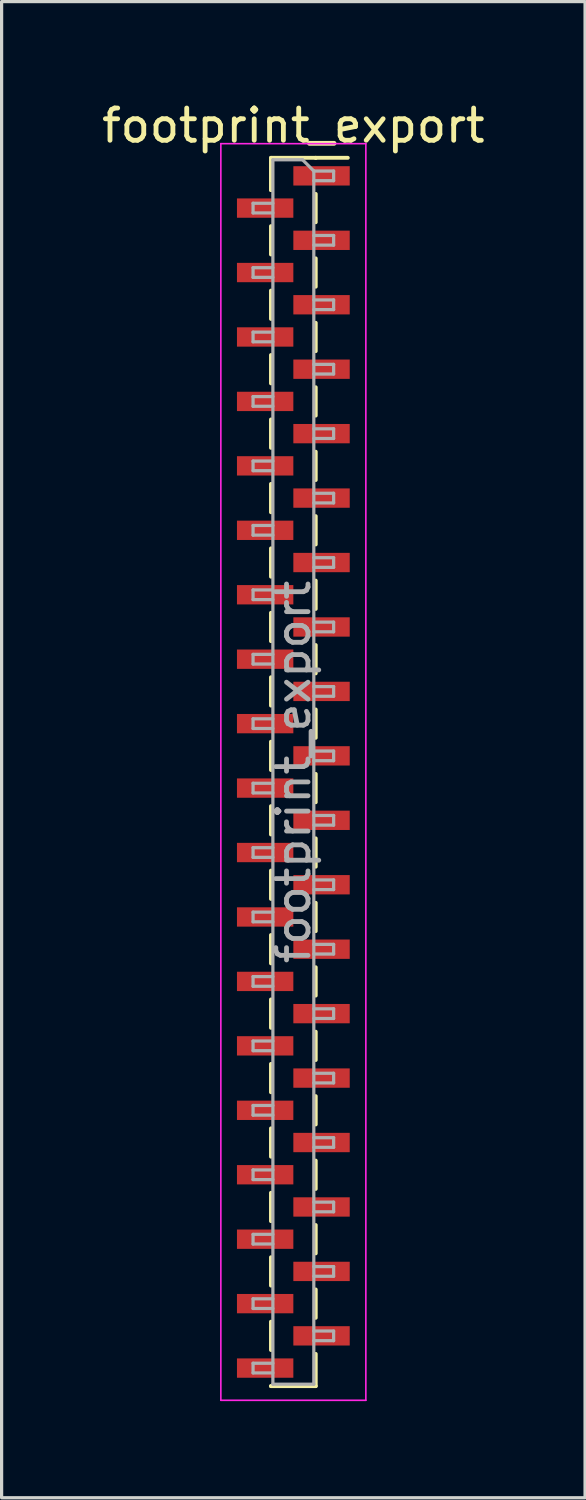
<source format=kicad_pcb>
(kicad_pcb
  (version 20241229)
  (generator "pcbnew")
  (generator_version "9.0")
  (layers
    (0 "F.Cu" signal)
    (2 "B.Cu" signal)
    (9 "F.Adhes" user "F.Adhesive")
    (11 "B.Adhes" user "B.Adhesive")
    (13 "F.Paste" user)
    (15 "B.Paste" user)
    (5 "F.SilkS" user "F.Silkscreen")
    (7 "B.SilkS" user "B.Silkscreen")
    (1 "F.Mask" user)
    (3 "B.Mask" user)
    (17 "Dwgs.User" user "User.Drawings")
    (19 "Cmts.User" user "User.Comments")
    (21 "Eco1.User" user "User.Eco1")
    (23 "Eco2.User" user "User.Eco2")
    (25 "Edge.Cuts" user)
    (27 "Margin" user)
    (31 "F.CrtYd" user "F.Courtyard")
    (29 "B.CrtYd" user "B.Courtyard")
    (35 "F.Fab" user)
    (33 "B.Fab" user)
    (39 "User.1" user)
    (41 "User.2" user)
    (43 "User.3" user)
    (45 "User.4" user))
  (footprint "footprint_export"
    (layer "F.Cu")
    (at 6.054 20.908)
    (property "Reference" "footprint_export" (at 0 -20.06 0) (layer "F.SilkS") (effects (font (size 1 1) (thickness 0.15))))
    (attr smd)
    (fp_line (start -0.695 -19.06) (end -0.695 -18.06) (stroke (width 0.12) (type solid)) (layer "F.SilkS"))
    (fp_line (start -0.695 -19.06) (end 0.695 -19.06) (stroke (width 0.12) (type solid)) (layer "F.SilkS"))
    (fp_line (start -0.695 -18.94) (end -0.695 -18.06) (stroke (width 0.12) (type solid)) (layer "F.SilkS"))
    (fp_line (start -0.695 -16.94) (end -0.695 -16.06) (stroke (width 0.12) (type solid)) (layer "F.SilkS"))
    (fp_line (start -0.695 -14.94) (end -0.695 -14.06) (stroke (width 0.12) (type solid)) (layer "F.SilkS"))
    (fp_line (start -0.695 -12.94) (end -0.695 -12.06) (stroke (width 0.12) (type solid)) (layer "F.SilkS"))
    (fp_line (start -0.695 -10.94) (end -0.695 -10.06) (stroke (width 0.12) (type solid)) (layer "F.SilkS"))
    (fp_line (start -0.695 -8.94) (end -0.695 -8.06) (stroke (width 0.12) (type solid)) (layer "F.SilkS"))
    (fp_line (start -0.695 -6.94) (end -0.695 -6.06) (stroke (width 0.12) (type solid)) (layer "F.SilkS"))
    (fp_line (start -0.695 -4.94) (end -0.695 -4.06) (stroke (width 0.12) (type solid)) (layer "F.SilkS"))
    (fp_line (start -0.695 -2.94) (end -0.695 -2.06) (stroke (width 0.12) (type solid)) (layer "F.SilkS"))
    (fp_line (start -0.695 -0.94) (end -0.695 -0.06) (stroke (width 0.12) (type solid)) (layer "F.SilkS"))
    (fp_line (start -0.695 1.06) (end -0.695 1.94) (stroke (width 0.12) (type solid)) (layer "F.SilkS"))
    (fp_line (start -0.695 3.06) (end -0.695 3.94) (stroke (width 0.12) (type solid)) (layer "F.SilkS"))
    (fp_line (start -0.695 5.06) (end -0.695 5.94) (stroke (width 0.12) (type solid)) (layer "F.SilkS"))
    (fp_line (start -0.695 7.06) (end -0.695 7.94) (stroke (width 0.12) (type solid)) (layer "F.SilkS"))
    (fp_line (start -0.695 9.06) (end -0.695 9.94) (stroke (width 0.12) (type solid)) (layer "F.SilkS"))
    (fp_line (start -0.695 11.06) (end -0.695 11.94) (stroke (width 0.12) (type solid)) (layer "F.SilkS"))
    (fp_line (start -0.695 13.06) (end -0.695 13.94) (stroke (width 0.12) (type solid)) (layer "F.SilkS"))
    (fp_line (start -0.695 15.06) (end -0.695 15.94) (stroke (width 0.12) (type solid)) (layer "F.SilkS"))
    (fp_line (start -0.695 17.06) (end -0.695 17.94) (stroke (width 0.12) (type solid)) (layer "F.SilkS"))
    (fp_line (start -0.695 19.06) (end -0.695 19.06) (stroke (width 0.12) (type solid)) (layer "F.SilkS"))
    (fp_line (start -0.695 19.06) (end 0.695 19.06) (stroke (width 0.12) (type solid)) (layer "F.SilkS"))
    (fp_line (start 0.695 -19.06) (end 0.695 -19.06) (stroke (width 0.12) (type solid)) (layer "F.SilkS"))
    (fp_line (start 0.695 -19.06) (end 1.69 -19.06) (stroke (width 0.12) (type solid)) (layer "F.SilkS"))
    (fp_line (start 0.695 -17.94) (end 0.695 -17.06) (stroke (width 0.12) (type solid)) (layer "F.SilkS"))
    (fp_line (start 0.695 -15.94) (end 0.695 -15.06) (stroke (width 0.12) (type solid)) (layer "F.SilkS"))
    (fp_line (start 0.695 -13.94) (end 0.695 -13.06) (stroke (width 0.12) (type solid)) (layer "F.SilkS"))
    (fp_line (start 0.695 -11.94) (end 0.695 -11.06) (stroke (width 0.12) (type solid)) (layer "F.SilkS"))
    (fp_line (start 0.695 -9.94) (end 0.695 -9.06) (stroke (width 0.12) (type solid)) (layer "F.SilkS"))
    (fp_line (start 0.695 -7.94) (end 0.695 -7.06) (stroke (width 0.12) (type solid)) (layer "F.SilkS"))
    (fp_line (start 0.695 -5.94) (end 0.695 -5.06) (stroke (width 0.12) (type solid)) (layer "F.SilkS"))
    (fp_line (start 0.695 -3.94) (end 0.695 -3.06) (stroke (width 0.12) (type solid)) (layer "F.SilkS"))
    (fp_line (start 0.695 -1.94) (end 0.695 -1.06) (stroke (width 0.12) (type solid)) (layer "F.SilkS"))
    (fp_line (start 0.695 0.06) (end 0.695 0.94) (stroke (width 0.12) (type solid)) (layer "F.SilkS"))
    (fp_line (start 0.695 2.06) (end 0.695 2.94) (stroke (width 0.12) (type solid)) (layer "F.SilkS"))
    (fp_line (start 0.695 4.06) (end 0.695 4.94) (stroke (width 0.12) (type solid)) (layer "F.SilkS"))
    (fp_line (start 0.695 6.06) (end 0.695 6.94) (stroke (width 0.12) (type solid)) (layer "F.SilkS"))
    (fp_line (start 0.695 8.06) (end 0.695 8.94) (stroke (width 0.12) (type solid)) (layer "F.SilkS"))
    (fp_line (start 0.695 10.06) (end 0.695 10.94) (stroke (width 0.12) (type solid)) (layer "F.SilkS"))
    (fp_line (start 0.695 12.06) (end 0.695 12.94) (stroke (width 0.12) (type solid)) (layer "F.SilkS"))
    (fp_line (start 0.695 14.06) (end 0.695 14.94) (stroke (width 0.12) (type solid)) (layer "F.SilkS"))
    (fp_line (start 0.695 16.06) (end 0.695 16.94) (stroke (width 0.12) (type solid)) (layer "F.SilkS"))
    (fp_line (start 0.695 18.06) (end 0.695 19.06) (stroke (width 0.12) (type solid)) (layer "F.SilkS"))
    (fp_line (start -2.25 -19.5) (end -2.25 19.5) (stroke (width 0.05) (type solid)) (layer "F.CrtYd"))
    (fp_line (start -2.25 19.5) (end 2.25 19.5) (stroke (width 0.05) (type solid)) (layer "F.CrtYd"))
    (fp_line (start 2.25 -19.5) (end -2.25 -19.5) (stroke (width 0.05) (type solid)) (layer "F.CrtYd"))
    (fp_line (start 2.25 19.5) (end 2.25 -19.5) (stroke (width 0.05) (type solid)) (layer "F.CrtYd"))
    (fp_line (start -1.25 -17.65) (end -1.25 -17.35) (stroke (width 0.1) (type solid)) (layer "F.Fab"))
    (fp_line (start -1.25 -17.35) (end -0.635 -17.35) (stroke (width 0.1) (type solid)) (layer "F.Fab"))
    (fp_line (start -1.25 -15.65) (end -1.25 -15.35) (stroke (width 0.1) (type solid)) (layer "F.Fab"))
    (fp_line (start -1.25 -15.35) (end -0.635 -15.35) (stroke (width 0.1) (type solid)) (layer "F.Fab"))
    (fp_line (start -1.25 -13.65) (end -1.25 -13.35) (stroke (width 0.1) (type solid)) (layer "F.Fab"))
    (fp_line (start -1.25 -13.35) (end -0.635 -13.35) (stroke (width 0.1) (type solid)) (layer "F.Fab"))
    (fp_line (start -1.25 -11.65) (end -1.25 -11.35) (stroke (width 0.1) (type solid)) (layer "F.Fab"))
    (fp_line (start -1.25 -11.35) (end -0.635 -11.35) (stroke (width 0.1) (type solid)) (layer "F.Fab"))
    (fp_line (start -1.25 -9.65) (end -1.25 -9.35) (stroke (width 0.1) (type solid)) (layer "F.Fab"))
    (fp_line (start -1.25 -9.35) (end -0.635 -9.35) (stroke (width 0.1) (type solid)) (layer "F.Fab"))
    (fp_line (start -1.25 -7.65) (end -1.25 -7.35) (stroke (width 0.1) (type solid)) (layer "F.Fab"))
    (fp_line (start -1.25 -7.35) (end -0.635 -7.35) (stroke (width 0.1) (type solid)) (layer "F.Fab"))
    (fp_line (start -1.25 -5.65) (end -1.25 -5.35) (stroke (width 0.1) (type solid)) (layer "F.Fab"))
    (fp_line (start -1.25 -5.35) (end -0.635 -5.35) (stroke (width 0.1) (type solid)) (layer "F.Fab"))
    (fp_line (start -1.25 -3.65) (end -1.25 -3.35) (stroke (width 0.1) (type solid)) (layer "F.Fab"))
    (fp_line (start -1.25 -3.35) (end -0.635 -3.35) (stroke (width 0.1) (type solid)) (layer "F.Fab"))
    (fp_line (start -1.25 -1.65) (end -1.25 -1.35) (stroke (width 0.1) (type solid)) (layer "F.Fab"))
    (fp_line (start -1.25 -1.35) (end -0.635 -1.35) (stroke (width 0.1) (type solid)) (layer "F.Fab"))
    (fp_line (start -1.25 0.35) (end -1.25 0.65) (stroke (width 0.1) (type solid)) (layer "F.Fab"))
    (fp_line (start -1.25 0.65) (end -0.635 0.65) (stroke (width 0.1) (type solid)) (layer "F.Fab"))
    (fp_line (start -1.25 2.35) (end -1.25 2.65) (stroke (width 0.1) (type solid)) (layer "F.Fab"))
    (fp_line (start -1.25 2.65) (end -0.635 2.65) (stroke (width 0.1) (type solid)) (layer "F.Fab"))
    (fp_line (start -1.25 4.35) (end -1.25 4.65) (stroke (width 0.1) (type solid)) (layer "F.Fab"))
    (fp_line (start -1.25 4.65) (end -0.635 4.65) (stroke (width 0.1) (type solid)) (layer "F.Fab"))
    (fp_line (start -1.25 6.35) (end -1.25 6.65) (stroke (width 0.1) (type solid)) (layer "F.Fab"))
    (fp_line (start -1.25 6.65) (end -0.635 6.65) (stroke (width 0.1) (type solid)) (layer "F.Fab"))
    (fp_line (start -1.25 8.35) (end -1.25 8.65) (stroke (width 0.1) (type solid)) (layer "F.Fab"))
    (fp_line (start -1.25 8.65) (end -0.635 8.65) (stroke (width 0.1) (type solid)) (layer "F.Fab"))
    (fp_line (start -1.25 10.35) (end -1.25 10.65) (stroke (width 0.1) (type solid)) (layer "F.Fab"))
    (fp_line (start -1.25 10.65) (end -0.635 10.65) (stroke (width 0.1) (type solid)) (layer "F.Fab"))
    (fp_line (start -1.25 12.35) (end -1.25 12.65) (stroke (width 0.1) (type solid)) (layer "F.Fab"))
    (fp_line (start -1.25 12.65) (end -0.635 12.65) (stroke (width 0.1) (type solid)) (layer "F.Fab"))
    (fp_line (start -1.25 14.35) (end -1.25 14.65) (stroke (width 0.1) (type solid)) (layer "F.Fab"))
    (fp_line (start -1.25 14.65) (end -0.635 14.65) (stroke (width 0.1) (type solid)) (layer "F.Fab"))
    (fp_line (start -1.25 16.35) (end -1.25 16.65) (stroke (width 0.1) (type solid)) (layer "F.Fab"))
    (fp_line (start -1.25 16.65) (end -0.635 16.65) (stroke (width 0.1) (type solid)) (layer "F.Fab"))
    (fp_line (start -1.25 18.35) (end -1.25 18.65) (stroke (width 0.1) (type solid)) (layer "F.Fab"))
    (fp_line (start -1.25 18.65) (end -0.635 18.65) (stroke (width 0.1) (type solid)) (layer "F.Fab"))
    (fp_line (start -0.635 -19) (end -0.635 19) (stroke (width 0.1) (type solid)) (layer "F.Fab"))
    (fp_line (start -0.635 -19) (end 0.285 -19) (stroke (width 0.1) (type solid)) (layer "F.Fab"))
    (fp_line (start -0.635 -17.65) (end -1.25 -17.65) (stroke (width 0.1) (type solid)) (layer "F.Fab"))
    (fp_line (start -0.635 -15.65) (end -1.25 -15.65) (stroke (width 0.1) (type solid)) (layer "F.Fab"))
    (fp_line (start -0.635 -13.65) (end -1.25 -13.65) (stroke (width 0.1) (type solid)) (layer "F.Fab"))
    (fp_line (start -0.635 -11.65) (end -1.25 -11.65) (stroke (width 0.1) (type solid)) (layer "F.Fab"))
    (fp_line (start -0.635 -9.65) (end -1.25 -9.65) (stroke (width 0.1) (type solid)) (layer "F.Fab"))
    (fp_line (start -0.635 -7.65) (end -1.25 -7.65) (stroke (width 0.1) (type solid)) (layer "F.Fab"))
    (fp_line (start -0.635 -5.65) (end -1.25 -5.65) (stroke (width 0.1) (type solid)) (layer "F.Fab"))
    (fp_line (start -0.635 -3.65) (end -1.25 -3.65) (stroke (width 0.1) (type solid)) (layer "F.Fab"))
    (fp_line (start -0.635 -1.65) (end -1.25 -1.65) (stroke (width 0.1) (type solid)) (layer "F.Fab"))
    (fp_line (start -0.635 0.35) (end -1.25 0.35) (stroke (width 0.1) (type solid)) (layer "F.Fab"))
    (fp_line (start -0.635 2.35) (end -1.25 2.35) (stroke (width 0.1) (type solid)) (layer "F.Fab"))
    (fp_line (start -0.635 4.35) (end -1.25 4.35) (stroke (width 0.1) (type solid)) (layer "F.Fab"))
    (fp_line (start -0.635 6.35) (end -1.25 6.35) (stroke (width 0.1) (type solid)) (layer "F.Fab"))
    (fp_line (start -0.635 8.35) (end -1.25 8.35) (stroke (width 0.1) (type solid)) (layer "F.Fab"))
    (fp_line (start -0.635 10.35) (end -1.25 10.35) (stroke (width 0.1) (type solid)) (layer "F.Fab"))
    (fp_line (start -0.635 12.35) (end -1.25 12.35) (stroke (width 0.1) (type solid)) (layer "F.Fab"))
    (fp_line (start -0.635 14.35) (end -1.25 14.35) (stroke (width 0.1) (type solid)) (layer "F.Fab"))
    (fp_line (start -0.635 16.35) (end -1.25 16.35) (stroke (width 0.1) (type solid)) (layer "F.Fab"))
    (fp_line (start -0.635 18.35) (end -1.25 18.35) (stroke (width 0.1) (type solid)) (layer "F.Fab"))
    (fp_line (start 0.635 -18.65) (end 0.285 -19) (stroke (width 0.1) (type solid)) (layer "F.Fab"))
    (fp_line (start 0.635 -18.65) (end 1.25 -18.65) (stroke (width 0.1) (type solid)) (layer "F.Fab"))
    (fp_line (start 0.635 -16.65) (end 1.25 -16.65) (stroke (width 0.1) (type solid)) (layer "F.Fab"))
    (fp_line (start 0.635 -14.65) (end 1.25 -14.65) (stroke (width 0.1) (type solid)) (layer "F.Fab"))
    (fp_line (start 0.635 -12.65) (end 1.25 -12.65) (stroke (width 0.1) (type solid)) (layer "F.Fab"))
    (fp_line (start 0.635 -10.65) (end 1.25 -10.65) (stroke (width 0.1) (type solid)) (layer "F.Fab"))
    (fp_line (start 0.635 -8.65) (end 1.25 -8.65) (stroke (width 0.1) (type solid)) (layer "F.Fab"))
    (fp_line (start 0.635 -6.65) (end 1.25 -6.65) (stroke (width 0.1) (type solid)) (layer "F.Fab"))
    (fp_line (start 0.635 -4.65) (end 1.25 -4.65) (stroke (width 0.1) (type solid)) (layer "F.Fab"))
    (fp_line (start 0.635 -2.65) (end 1.25 -2.65) (stroke (width 0.1) (type solid)) (layer "F.Fab"))
    (fp_line (start 0.635 -0.65) (end 1.25 -0.65) (stroke (width 0.1) (type solid)) (layer "F.Fab"))
    (fp_line (start 0.635 1.35) (end 1.25 1.35) (stroke (width 0.1) (type solid)) (layer "F.Fab"))
    (fp_line (start 0.635 3.35) (end 1.25 3.35) (stroke (width 0.1) (type solid)) (layer "F.Fab"))
    (fp_line (start 0.635 5.35) (end 1.25 5.35) (stroke (width 0.1) (type solid)) (layer "F.Fab"))
    (fp_line (start 0.635 7.35) (end 1.25 7.35) (stroke (width 0.1) (type solid)) (layer "F.Fab"))
    (fp_line (start 0.635 9.35) (end 1.25 9.35) (stroke (width 0.1) (type solid)) (layer "F.Fab"))
    (fp_line (start 0.635 11.35) (end 1.25 11.35) (stroke (width 0.1) (type solid)) (layer "F.Fab"))
    (fp_line (start 0.635 13.35) (end 1.25 13.35) (stroke (width 0.1) (type solid)) (layer "F.Fab"))
    (fp_line (start 0.635 15.35) (end 1.25 15.35) (stroke (width 0.1) (type solid)) (layer "F.Fab"))
    (fp_line (start 0.635 17.35) (end 1.25 17.35) (stroke (width 0.1) (type solid)) (layer "F.Fab"))
    (fp_line (start 0.635 19) (end -0.635 19) (stroke (width 0.1) (type solid)) (layer "F.Fab"))
    (fp_line (start 0.635 19) (end 0.635 -18.65) (stroke (width 0.1) (type solid)) (layer "F.Fab"))
    (fp_line (start 1.25 -18.65) (end 1.25 -18.35) (stroke (width 0.1) (type solid)) (layer "F.Fab"))
    (fp_line (start 1.25 -18.35) (end 0.635 -18.35) (stroke (width 0.1) (type solid)) (layer "F.Fab"))
    (fp_line (start 1.25 -16.65) (end 1.25 -16.35) (stroke (width 0.1) (type solid)) (layer "F.Fab"))
    (fp_line (start 1.25 -16.35) (end 0.635 -16.35) (stroke (width 0.1) (type solid)) (layer "F.Fab"))
    (fp_line (start 1.25 -14.65) (end 1.25 -14.35) (stroke (width 0.1) (type solid)) (layer "F.Fab"))
    (fp_line (start 1.25 -14.35) (end 0.635 -14.35) (stroke (width 0.1) (type solid)) (layer "F.Fab"))
    (fp_line (start 1.25 -12.65) (end 1.25 -12.35) (stroke (width 0.1) (type solid)) (layer "F.Fab"))
    (fp_line (start 1.25 -12.35) (end 0.635 -12.35) (stroke (width 0.1) (type solid)) (layer "F.Fab"))
    (fp_line (start 1.25 -10.65) (end 1.25 -10.35) (stroke (width 0.1) (type solid)) (layer "F.Fab"))
    (fp_line (start 1.25 -10.35) (end 0.635 -10.35) (stroke (width 0.1) (type solid)) (layer "F.Fab"))
    (fp_line (start 1.25 -8.65) (end 1.25 -8.35) (stroke (width 0.1) (type solid)) (layer "F.Fab"))
    (fp_line (start 1.25 -8.35) (end 0.635 -8.35) (stroke (width 0.1) (type solid)) (layer "F.Fab"))
    (fp_line (start 1.25 -6.65) (end 1.25 -6.35) (stroke (width 0.1) (type solid)) (layer "F.Fab"))
    (fp_line (start 1.25 -6.35) (end 0.635 -6.35) (stroke (width 0.1) (type solid)) (layer "F.Fab"))
    (fp_line (start 1.25 -4.65) (end 1.25 -4.35) (stroke (width 0.1) (type solid)) (layer "F.Fab"))
    (fp_line (start 1.25 -4.35) (end 0.635 -4.35) (stroke (width 0.1) (type solid)) (layer "F.Fab"))
    (fp_line (start 1.25 -2.65) (end 1.25 -2.35) (stroke (width 0.1) (type solid)) (layer "F.Fab"))
    (fp_line (start 1.25 -2.35) (end 0.635 -2.35) (stroke (width 0.1) (type solid)) (layer "F.Fab"))
    (fp_line (start 1.25 -0.65) (end 1.25 -0.35) (stroke (width 0.1) (type solid)) (layer "F.Fab"))
    (fp_line (start 1.25 -0.35) (end 0.635 -0.35) (stroke (width 0.1) (type solid)) (layer "F.Fab"))
    (fp_line (start 1.25 1.35) (end 1.25 1.65) (stroke (width 0.1) (type solid)) (layer "F.Fab"))
    (fp_line (start 1.25 1.65) (end 0.635 1.65) (stroke (width 0.1) (type solid)) (layer "F.Fab"))
    (fp_line (start 1.25 3.35) (end 1.25 3.65) (stroke (width 0.1) (type solid)) (layer "F.Fab"))
    (fp_line (start 1.25 3.65) (end 0.635 3.65) (stroke (width 0.1) (type solid)) (layer "F.Fab"))
    (fp_line (start 1.25 5.35) (end 1.25 5.65) (stroke (width 0.1) (type solid)) (layer "F.Fab"))
    (fp_line (start 1.25 5.65) (end 0.635 5.65) (stroke (width 0.1) (type solid)) (layer "F.Fab"))
    (fp_line (start 1.25 7.35) (end 1.25 7.65) (stroke (width 0.1) (type solid)) (layer "F.Fab"))
    (fp_line (start 1.25 7.65) (end 0.635 7.65) (stroke (width 0.1) (type solid)) (layer "F.Fab"))
    (fp_line (start 1.25 9.35) (end 1.25 9.65) (stroke (width 0.1) (type solid)) (layer "F.Fab"))
    (fp_line (start 1.25 9.65) (end 0.635 9.65) (stroke (width 0.1) (type solid)) (layer "F.Fab"))
    (fp_line (start 1.25 11.35) (end 1.25 11.65) (stroke (width 0.1) (type solid)) (layer "F.Fab"))
    (fp_line (start 1.25 11.65) (end 0.635 11.65) (stroke (width 0.1) (type solid)) (layer "F.Fab"))
    (fp_line (start 1.25 13.35) (end 1.25 13.65) (stroke (width 0.1) (type solid)) (layer "F.Fab"))
    (fp_line (start 1.25 13.65) (end 0.635 13.65) (stroke (width 0.1) (type solid)) (layer "F.Fab"))
    (fp_line (start 1.25 15.35) (end 1.25 15.65) (stroke (width 0.1) (type solid)) (layer "F.Fab"))
    (fp_line (start 1.25 15.65) (end 0.635 15.65) (stroke (width 0.1) (type solid)) (layer "F.Fab"))
    (fp_line (start 1.25 17.35) (end 1.25 17.65) (stroke (width 0.1) (type solid)) (layer "F.Fab"))
    (fp_line (start 1.25 17.65) (end 0.635 17.65) (stroke (width 0.1) (type solid)) (layer "F.Fab"))
    (fp_text user "${REFERENCE}" (at 0 0 90) (layer "F.Fab") (effects (font (size 1 1) (thickness 0.15))))
    (pad "1" smd rect (at 0.875 -18.5) (size 1.75 0.6) (layers "F.Cu" "F.Mask" "F.Paste"))
    (pad "2" smd rect (at -0.875 -17.5) (size 1.75 0.6) (layers "F.Cu" "F.Mask" "F.Paste"))
    (pad "3" smd rect (at 0.875 -16.5) (size 1.75 0.6) (layers "F.Cu" "F.Mask" "F.Paste"))
    (pad "4" smd rect (at -0.875 -15.5) (size 1.75 0.6) (layers "F.Cu" "F.Mask" "F.Paste"))
    (pad "5" smd rect (at 0.875 -14.5) (size 1.75 0.6) (layers "F.Cu" "F.Mask" "F.Paste"))
    (pad "6" smd rect (at -0.875 -13.5) (size 1.75 0.6) (layers "F.Cu" "F.Mask" "F.Paste"))
    (pad "7" smd rect (at 0.875 -12.5) (size 1.75 0.6) (layers "F.Cu" "F.Mask" "F.Paste"))
    (pad "8" smd rect (at -0.875 -11.5) (size 1.75 0.6) (layers "F.Cu" "F.Mask" "F.Paste"))
    (pad "9" smd rect (at 0.875 -10.5) (size 1.75 0.6) (layers "F.Cu" "F.Mask" "F.Paste"))
    (pad "10" smd rect (at -0.875 -9.5) (size 1.75 0.6) (layers "F.Cu" "F.Mask" "F.Paste"))
    (pad "11" smd rect (at 0.875 -8.5) (size 1.75 0.6) (layers "F.Cu" "F.Mask" "F.Paste"))
    (pad "12" smd rect (at -0.875 -7.5) (size 1.75 0.6) (layers "F.Cu" "F.Mask" "F.Paste"))
    (pad "13" smd rect (at 0.875 -6.5) (size 1.75 0.6) (layers "F.Cu" "F.Mask" "F.Paste"))
    (pad "14" smd rect (at -0.875 -5.5) (size 1.75 0.6) (layers "F.Cu" "F.Mask" "F.Paste"))
    (pad "15" smd rect (at 0.875 -4.5) (size 1.75 0.6) (layers "F.Cu" "F.Mask" "F.Paste"))
    (pad "16" smd rect (at -0.875 -3.5) (size 1.75 0.6) (layers "F.Cu" "F.Mask" "F.Paste"))
    (pad "17" smd rect (at 0.875 -2.5) (size 1.75 0.6) (layers "F.Cu" "F.Mask" "F.Paste"))
    (pad "18" smd rect (at -0.875 -1.5) (size 1.75 0.6) (layers "F.Cu" "F.Mask" "F.Paste"))
    (pad "19" smd rect (at 0.875 -0.5) (size 1.75 0.6) (layers "F.Cu" "F.Mask" "F.Paste"))
    (pad "20" smd rect (at -0.875 0.5) (size 1.75 0.6) (layers "F.Cu" "F.Mask" "F.Paste"))
    (pad "21" smd rect (at 0.875 1.5) (size 1.75 0.6) (layers "F.Cu" "F.Mask" "F.Paste"))
    (pad "22" smd rect (at -0.875 2.5) (size 1.75 0.6) (layers "F.Cu" "F.Mask" "F.Paste"))
    (pad "23" smd rect (at 0.875 3.5) (size 1.75 0.6) (layers "F.Cu" "F.Mask" "F.Paste"))
    (pad "24" smd rect (at -0.875 4.5) (size 1.75 0.6) (layers "F.Cu" "F.Mask" "F.Paste"))
    (pad "25" smd rect (at 0.875 5.5) (size 1.75 0.6) (layers "F.Cu" "F.Mask" "F.Paste"))
    (pad "26" smd rect (at -0.875 6.5) (size 1.75 0.6) (layers "F.Cu" "F.Mask" "F.Paste"))
    (pad "27" smd rect (at 0.875 7.5) (size 1.75 0.6) (layers "F.Cu" "F.Mask" "F.Paste"))
    (pad "28" smd rect (at -0.875 8.5) (size 1.75 0.6) (layers "F.Cu" "F.Mask" "F.Paste"))
    (pad "29" smd rect (at 0.875 9.5) (size 1.75 0.6) (layers "F.Cu" "F.Mask" "F.Paste"))
    (pad "30" smd rect (at -0.875 10.5) (size 1.75 0.6) (layers "F.Cu" "F.Mask" "F.Paste"))
    (pad "31" smd rect (at 0.875 11.5) (size 1.75 0.6) (layers "F.Cu" "F.Mask" "F.Paste"))
    (pad "32" smd rect (at -0.875 12.5) (size 1.75 0.6) (layers "F.Cu" "F.Mask" "F.Paste"))
    (pad "33" smd rect (at 0.875 13.5) (size 1.75 0.6) (layers "F.Cu" "F.Mask" "F.Paste"))
    (pad "34" smd rect (at -0.875 14.5) (size 1.75 0.6) (layers "F.Cu" "F.Mask" "F.Paste"))
    (pad "35" smd rect (at 0.875 15.5) (size 1.75 0.6) (layers "F.Cu" "F.Mask" "F.Paste"))
    (pad "36" smd rect (at -0.875 16.5) (size 1.75 0.6) (layers "F.Cu" "F.Mask" "F.Paste"))
    (pad "37" smd rect (at 0.875 17.5) (size 1.75 0.6) (layers "F.Cu" "F.Mask" "F.Paste"))
    (pad "38" smd rect (at -0.875 18.5) (size 1.75 0.6) (layers "F.Cu" "F.Mask" "F.Paste")))
  (gr_rect
    (start -3 -3)
    (end 15.107 43.433)
    (stroke (width 0.1) (type default))
    (fill no)
    (layer "Edge.Cuts")))
</source>
